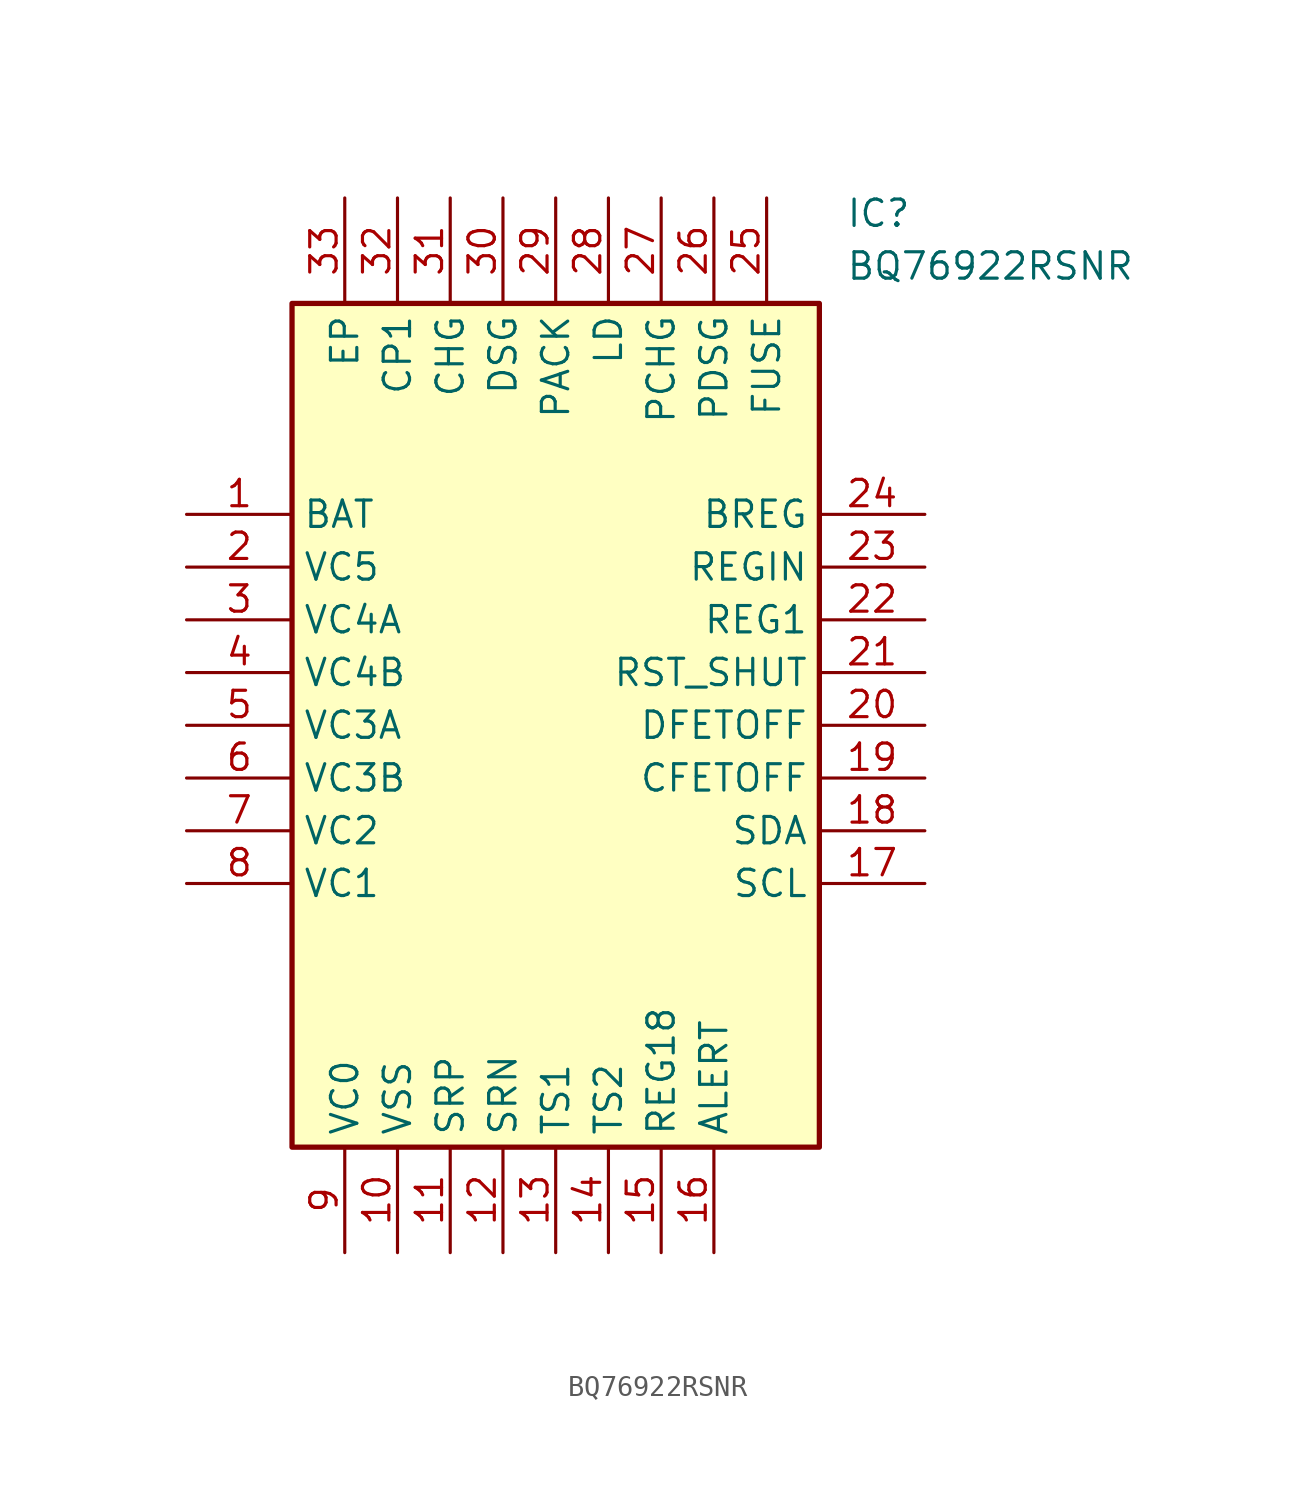
<source format=kicad_sym>
(kicad_symbol_lib
  (version 20211014)
  (generator SamacSys_ECAD_Model)
  (symbol "BQ76922RSNR"
    (property "Reference" "IC"
      (at 31.75 15.24 0)
      (effects (font (size 1.27 1.27)) (justify left top)))
    (property "Value" "BQ76922RSNR"
      (at 31.75 12.7 0)
      (effects (font (size 1.27 1.27)) (justify left top)))
    (rectangle
      (start 5.08 10.16)
      (end 30.48 -30.48)
      (stroke (width 0.254) (type default))
      (fill (type background)))
    (pin passive line
      (at 0 0 0)
      (length 5.08)
      (name "BAT" (effects (font (size 1.27 1.27))))
      (number "1" (effects (font (size 1.27 1.27)))))
    (pin passive line
      (at 0 -2.54 0)
      (length 5.08)
      (name "VC5" (effects (font (size 1.27 1.27))))
      (number "2" (effects (font (size 1.27 1.27)))))
    (pin passive line
      (at 0 -5.08 0)
      (length 5.08)
      (name "VC4A" (effects (font (size 1.27 1.27))))
      (number "3" (effects (font (size 1.27 1.27)))))
    (pin passive line
      (at 0 -7.62 0)
      (length 5.08)
      (name "VC4B" (effects (font (size 1.27 1.27))))
      (number "4" (effects (font (size 1.27 1.27)))))
    (pin passive line
      (at 0 -10.16 0)
      (length 5.08)
      (name "VC3A" (effects (font (size 1.27 1.27))))
      (number "5" (effects (font (size 1.27 1.27)))))
    (pin passive line
      (at 0 -12.7 0)
      (length 5.08)
      (name "VC3B" (effects (font (size 1.27 1.27))))
      (number "6" (effects (font (size 1.27 1.27)))))
    (pin passive line
      (at 0 -15.24 0)
      (length 5.08)
      (name "VC2" (effects (font (size 1.27 1.27))))
      (number "7" (effects (font (size 1.27 1.27)))))
    (pin passive line
      (at 0 -17.78 0)
      (length 5.08)
      (name "VC1" (effects (font (size 1.27 1.27))))
      (number "8" (effects (font (size 1.27 1.27)))))
    (pin passive line
      (at 7.62 -35.56 90)
      (length 5.08)
      (name "VC0" (effects (font (size 1.27 1.27))))
      (number "9" (effects (font (size 1.27 1.27)))))
    (pin passive line
      (at 10.16 -35.56 90)
      (length 5.08)
      (name "VSS" (effects (font (size 1.27 1.27))))
      (number "10" (effects (font (size 1.27 1.27)))))
    (pin passive line
      (at 12.7 -35.56 90)
      (length 5.08)
      (name "SRP" (effects (font (size 1.27 1.27))))
      (number "11" (effects (font (size 1.27 1.27)))))
    (pin passive line
      (at 15.24 -35.56 90)
      (length 5.08)
      (name "SRN" (effects (font (size 1.27 1.27))))
      (number "12" (effects (font (size 1.27 1.27)))))
    (pin passive line
      (at 17.78 -35.56 90)
      (length 5.08)
      (name "TS1" (effects (font (size 1.27 1.27))))
      (number "13" (effects (font (size 1.27 1.27)))))
    (pin passive line
      (at 20.32 -35.56 90)
      (length 5.08)
      (name "TS2" (effects (font (size 1.27 1.27))))
      (number "14" (effects (font (size 1.27 1.27)))))
    (pin passive line
      (at 22.86 -35.56 90)
      (length 5.08)
      (name "REG18" (effects (font (size 1.27 1.27))))
      (number "15" (effects (font (size 1.27 1.27)))))
    (pin passive line
      (at 25.4 -35.56 90)
      (length 5.08)
      (name "ALERT" (effects (font (size 1.27 1.27))))
      (number "16" (effects (font (size 1.27 1.27)))))
    (pin passive line
      (at 35.56 0 180)
      (length 5.08)
      (name "BREG" (effects (font (size 1.27 1.27))))
      (number "24" (effects (font (size 1.27 1.27)))))
    (pin passive line
      (at 35.56 -2.54 180)
      (length 5.08)
      (name "REGIN" (effects (font (size 1.27 1.27))))
      (number "23" (effects (font (size 1.27 1.27)))))
    (pin passive line
      (at 35.56 -5.08 180)
      (length 5.08)
      (name "REG1" (effects (font (size 1.27 1.27))))
      (number "22" (effects (font (size 1.27 1.27)))))
    (pin passive line
      (at 35.56 -7.62 180)
      (length 5.08)
      (name "RST_SHUT" (effects (font (size 1.27 1.27))))
      (number "21" (effects (font (size 1.27 1.27)))))
    (pin passive line
      (at 35.56 -10.16 180)
      (length 5.08)
      (name "DFETOFF" (effects (font (size 1.27 1.27))))
      (number "20" (effects (font (size 1.27 1.27)))))
    (pin passive line
      (at 35.56 -12.7 180)
      (length 5.08)
      (name "CFETOFF" (effects (font (size 1.27 1.27))))
      (number "19" (effects (font (size 1.27 1.27)))))
    (pin passive line
      (at 35.56 -15.24 180)
      (length 5.08)
      (name "SDA" (effects (font (size 1.27 1.27))))
      (number "18" (effects (font (size 1.27 1.27)))))
    (pin passive line
      (at 35.56 -17.78 180)
      (length 5.08)
      (name "SCL" (effects (font (size 1.27 1.27))))
      (number "17" (effects (font (size 1.27 1.27)))))
    (pin passive line
      (at 7.62 15.24 270)
      (length 5.08)
      (name "EP" (effects (font (size 1.27 1.27))))
      (number "33" (effects (font (size 1.27 1.27)))))
    (pin passive line
      (at 10.16 15.24 270)
      (length 5.08)
      (name "CP1" (effects (font (size 1.27 1.27))))
      (number "32" (effects (font (size 1.27 1.27)))))
    (pin passive line
      (at 12.7 15.24 270)
      (length 5.08)
      (name "CHG" (effects (font (size 1.27 1.27))))
      (number "31" (effects (font (size 1.27 1.27)))))
    (pin passive line
      (at 15.24 15.24 270)
      (length 5.08)
      (name "DSG" (effects (font (size 1.27 1.27))))
      (number "30" (effects (font (size 1.27 1.27)))))
    (pin passive line
      (at 17.78 15.24 270)
      (length 5.08)
      (name "PACK" (effects (font (size 1.27 1.27))))
      (number "29" (effects (font (size 1.27 1.27)))))
    (pin passive line
      (at 20.32 15.24 270)
      (length 5.08)
      (name "LD" (effects (font (size 1.27 1.27))))
      (number "28" (effects (font (size 1.27 1.27)))))
    (pin passive line
      (at 22.86 15.24 270)
      (length 5.08)
      (name "PCHG" (effects (font (size 1.27 1.27))))
      (number "27" (effects (font (size 1.27 1.27)))))
    (pin passive line
      (at 25.4 15.24 270)
      (length 5.08)
      (name "PDSG" (effects (font (size 1.27 1.27))))
      (number "26" (effects (font (size 1.27 1.27)))))
    (pin passive line
      (at 27.94 15.24 270)
      (length 5.08)
      (name "FUSE" (effects (font (size 1.27 1.27))))
      (number "25" (effects (font (size 1.27 1.27)))))))
</source>
